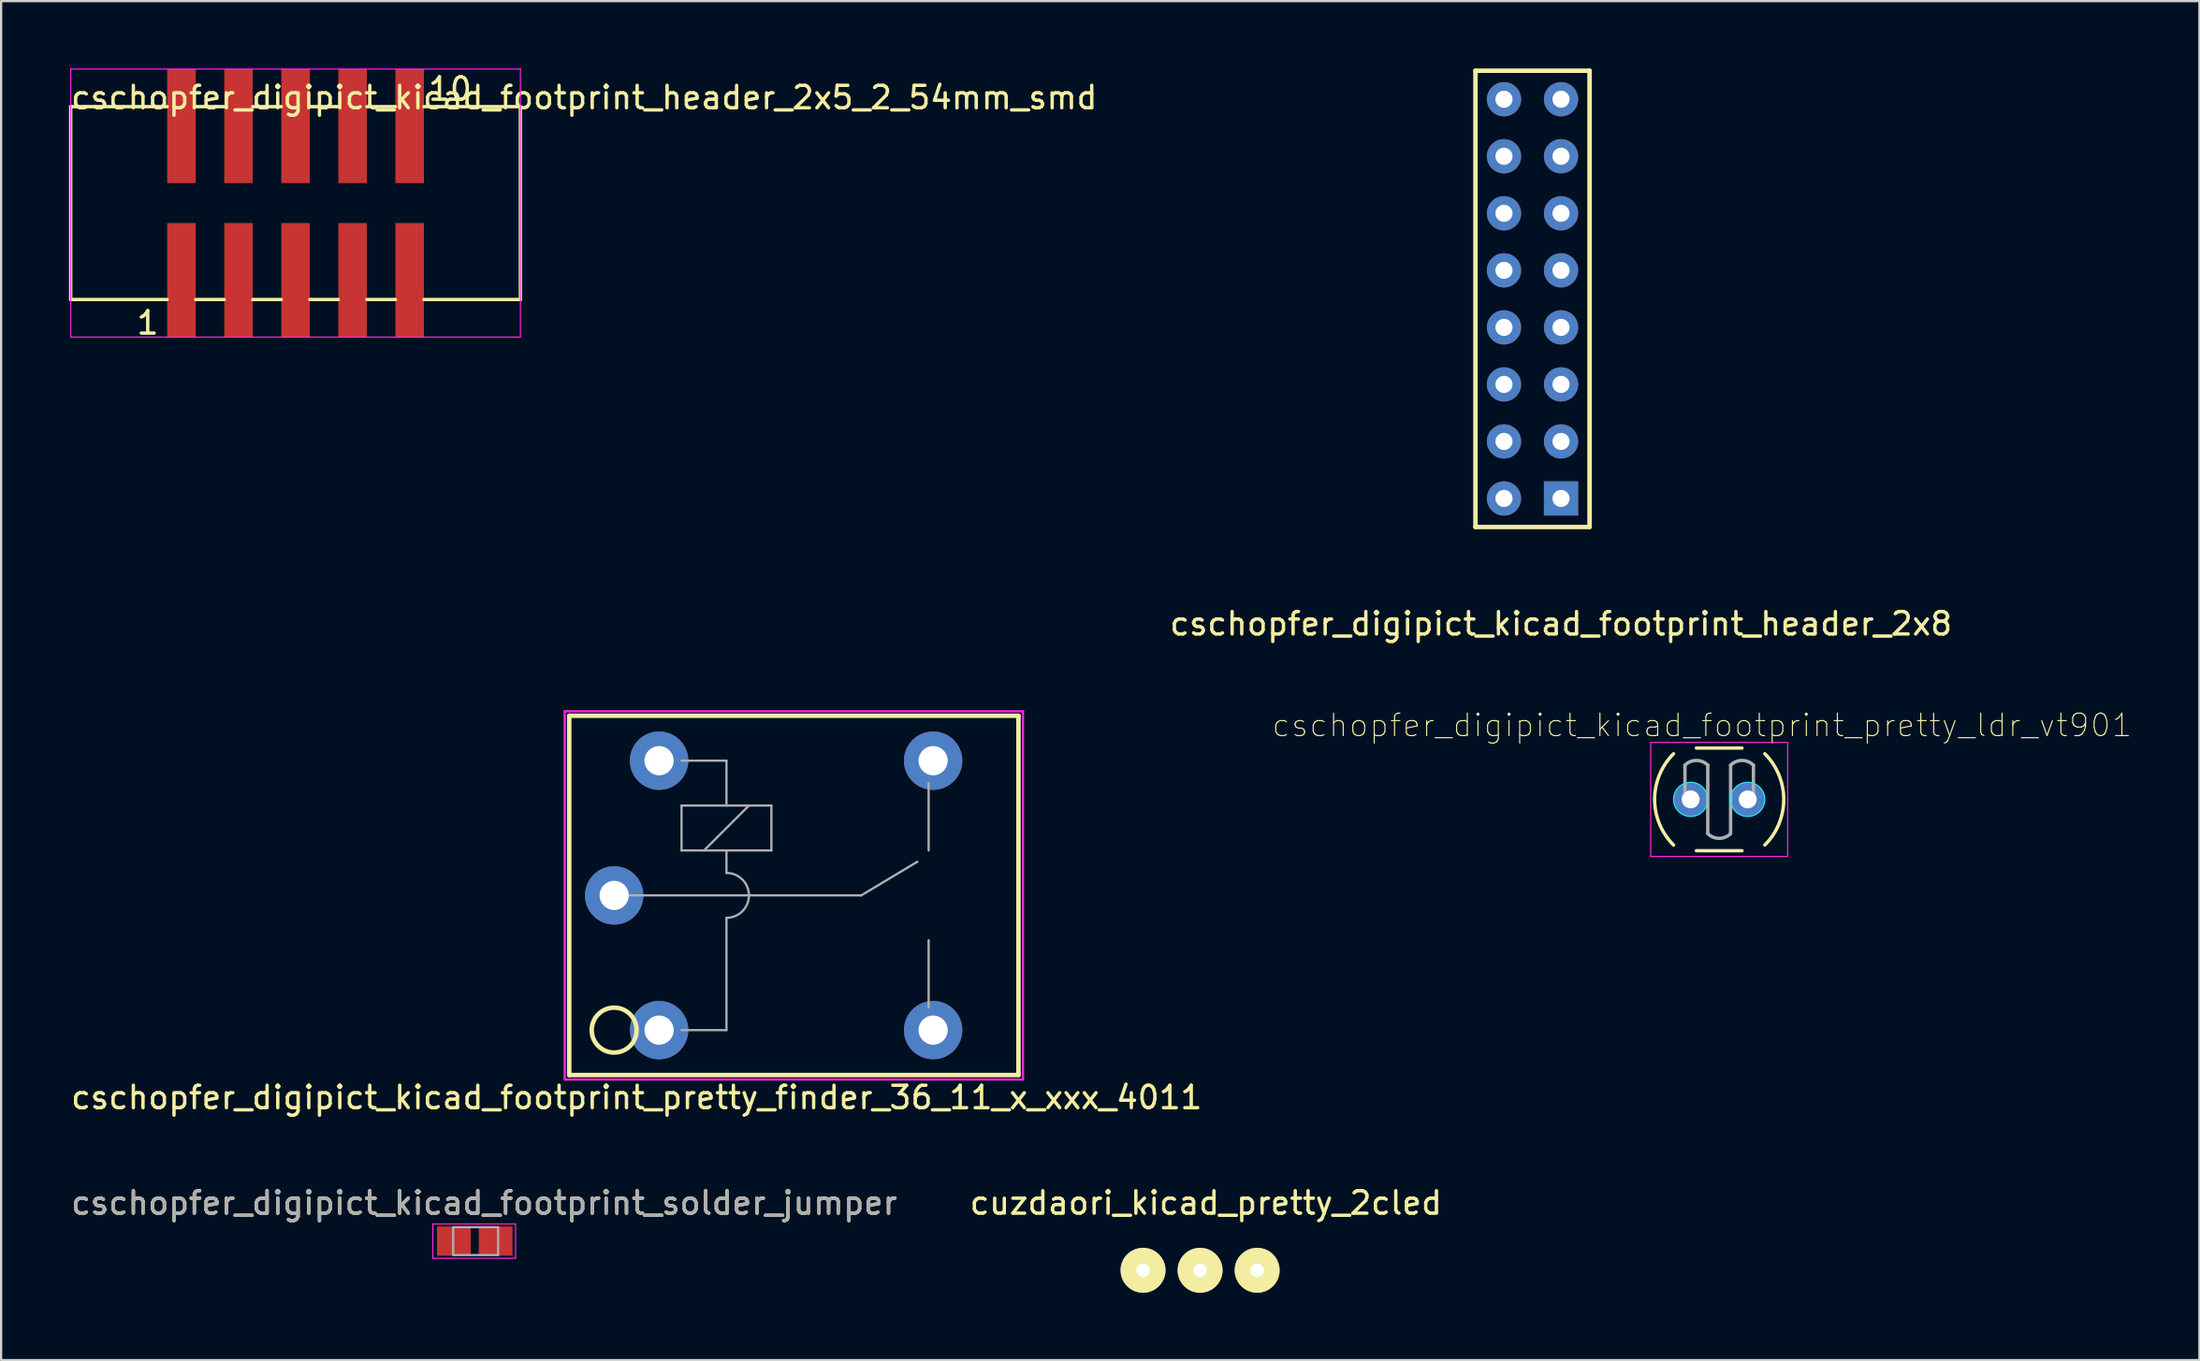
<source format=kicad_pcb>
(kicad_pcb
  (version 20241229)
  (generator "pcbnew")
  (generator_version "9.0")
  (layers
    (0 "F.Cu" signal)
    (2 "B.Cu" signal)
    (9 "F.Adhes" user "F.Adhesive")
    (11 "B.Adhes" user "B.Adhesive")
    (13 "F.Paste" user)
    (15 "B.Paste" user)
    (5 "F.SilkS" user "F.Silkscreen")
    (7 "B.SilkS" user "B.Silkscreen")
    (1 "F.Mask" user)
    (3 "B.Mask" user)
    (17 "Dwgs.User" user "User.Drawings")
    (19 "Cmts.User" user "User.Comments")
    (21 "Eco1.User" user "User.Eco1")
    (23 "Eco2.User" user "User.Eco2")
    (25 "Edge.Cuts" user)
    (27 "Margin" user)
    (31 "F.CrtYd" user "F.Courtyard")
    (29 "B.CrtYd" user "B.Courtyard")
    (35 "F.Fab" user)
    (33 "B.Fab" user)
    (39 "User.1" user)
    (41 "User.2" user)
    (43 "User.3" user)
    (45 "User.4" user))
  (footprint "cuzdaori_kicad_pretty_2cled"
    (layer "F.Cu")
    (at 47.837 53.525)
    (property "Reference" "cuzdaori_kicad_pretty_2cled" (at 2.8 -3 0) (layer "F.SilkS") (effects (font (size 1 1) (thickness 0.15))))
    (attr through_hole)
    (fp_text user "G" (at 5 0.1 0) (layer "F.SilkS") (effects (font (size 1 1) (thickness 0.15))))
    (fp_text user "+" (at 2.5 -0.1 0) (layer "F.SilkS") (effects (font (size 1 1) (thickness 0.15))))
    (fp_text user "R" (at 0 0.1 0) (layer "F.SilkS") (effects (font (size 1 1) (thickness 0.15))))
    (pad "1" thru_hole circle (at 0 0) (size 2 2) (drill 0.6) (layers "*.Cu" "*.Mask" "F.SilkS"))
    (pad "2" thru_hole circle (at 2.54 0) (size 2 2) (drill 0.6) (layers "*.Cu" "*.Mask" "F.SilkS"))
    (pad "3" thru_hole circle (at 5.08 0) (size 2 2) (drill 0.6) (layers "*.Cu" "*.Mask" "F.SilkS")))
  (footprint "cschopfer_digipict_kicad_footprint_header_2x5_2_54mm_smd"
    (layer "F.Cu")
    (at 10.131 5.994)
    (property "Reference" "cschopfer_digipict_kicad_footprint_header_2x5_2_54mm_smd" (at 12.827 -4.699 0) (layer "F.SilkS") (effects (font (size 1 1) (thickness 0.15))))
    (attr through_hole)
    (fp_line (start -10.033 -4.294) (end -5.738 -4.294) (stroke (width 0.15) (type solid)) (layer "F.SilkS"))
    (fp_line (start -10.033 4.296) (end -10.033 -4.294) (stroke (width 0.15) (type solid)) (layer "F.SilkS"))
    (fp_line (start -5.738 4.296) (end -10.033 4.296) (stroke (width 0.15) (type solid)) (layer "F.SilkS"))
    (fp_line (start -4.468 -4.294) (end -3.198 -4.294) (stroke (width 0.15) (type solid)) (layer "F.SilkS"))
    (fp_line (start -3.198 4.296) (end -4.468 4.296) (stroke (width 0.15) (type solid)) (layer "F.SilkS"))
    (fp_line (start -1.928 -4.294) (end -0.658 -4.294) (stroke (width 0.15) (type solid)) (layer "F.SilkS"))
    (fp_line (start -0.658 4.296) (end -1.928 4.296) (stroke (width 0.15) (type solid)) (layer "F.SilkS"))
    (fp_line (start 0.612 -4.294) (end 1.882 -4.294) (stroke (width 0.15) (type solid)) (layer "F.SilkS"))
    (fp_line (start 1.882 4.296) (end 0.612 4.296) (stroke (width 0.15) (type solid)) (layer "F.SilkS"))
    (fp_line (start 3.152 -4.294) (end 4.422 -4.294) (stroke (width 0.15) (type solid)) (layer "F.SilkS"))
    (fp_line (start 4.422 4.296) (end 3.152 4.296) (stroke (width 0.15) (type solid)) (layer "F.SilkS"))
    (fp_line (start 5.692 -4.294) (end 9.987 -4.294) (stroke (width 0.15) (type solid)) (layer "F.SilkS"))
    (fp_line (start 9.987 -4.294) (end 9.987 4.296) (stroke (width 0.15) (type solid)) (layer "F.SilkS"))
    (fp_line (start 9.987 4.296) (end 5.692 4.296) (stroke (width 0.15) (type solid)) (layer "F.SilkS"))
    (fp_line (start -10.033 -5.969) (end 9.987 -5.969) (stroke (width 0.05) (type solid)) (layer "F.CrtYd"))
    (fp_line (start -10.033 5.969) (end -10.033 -5.969) (stroke (width 0.05) (type solid)) (layer "F.CrtYd"))
    (fp_line (start 9.987 -5.969) (end 9.987 5.969) (stroke (width 0.05) (type solid)) (layer "F.CrtYd"))
    (fp_line (start 9.987 5.969) (end -10.033 5.969) (stroke (width 0.05) (type solid)) (layer "F.CrtYd"))
    (fp_text user "10" (at 6.858 -5.08 0) (layer "F.SilkS") (effects (font (size 1 1) (thickness 0.15))))
    (fp_text user "1" (at -6.604 5.334 0) (layer "F.SilkS") (effects (font (size 1 1) (thickness 0.15))))
    (pad "1" smd rect (at -5.103 3.429) (size 1.27 5.08) (layers "F.Cu" "F.Mask" "F.Paste"))
    (pad "2" smd rect (at -5.103 -3.429) (size 1.27 5.08) (layers "F.Cu" "F.Mask" "F.Paste"))
    (pad "3" smd rect (at -2.563 3.429) (size 1.27 5.08) (layers "F.Cu" "F.Mask" "F.Paste"))
    (pad "4" smd rect (at -2.563 -3.429) (size 1.27 5.08) (layers "F.Cu" "F.Mask" "F.Paste"))
    (pad "5" smd rect (at -0.023 3.429) (size 1.27 5.08) (layers "F.Cu" "F.Mask" "F.Paste"))
    (pad "6" smd rect (at -0.023 -3.429) (size 1.27 5.08) (layers "F.Cu" "F.Mask" "F.Paste"))
    (pad "7" smd rect (at 2.517 3.429) (size 1.27 5.08) (layers "F.Cu" "F.Mask" "F.Paste"))
    (pad "8" smd rect (at 2.517 -3.429) (size 1.27 5.08) (layers "F.Cu" "F.Mask" "F.Paste"))
    (pad "9" smd rect (at 5.057 3.429) (size 1.27 5.08) (layers "F.Cu" "F.Mask" "F.Paste"))
    (pad "10" smd rect (at 5.057 -3.429) (size 1.27 5.08) (layers "F.Cu" "F.Mask" "F.Paste")))
  (footprint "cschopfer_digipict_kicad_footprint_pretty_ldr_vt901"
    (layer "F.Cu")
    (at 72.217 32.553)
    (property "Reference" "cschopfer_digipict_kicad_footprint_pretty_ldr_vt901" (at 0.508 -3.302 0) (layer "F.SilkS") (effects (font (size 1 1) (thickness 0.05))))
    (attr through_hole)
    (fp_line (start 0.254 -2.286) (end 2.286 -2.286) (stroke (width 0.15) (type solid)) (layer "F.SilkS"))
    (fp_line (start 0.254 2.286) (end 2.286 2.286) (stroke (width 0.15) (type solid)) (layer "F.SilkS"))
    (fp_arc (start -0.762 2.032) (mid -1.603682 0) (end -0.762 -2.032) (stroke (width 0.15) (type solid)) (layer "F.SilkS"))
    (fp_arc (start 3.302 -2.032) (mid 4.143682 0) (end 3.302 2.032) (stroke (width 0.15) (type solid)) (layer "F.SilkS"))
    (fp_circle (center 0 0) (end 0.762 0) (stroke (width 0.05) (type solid)) (fill no) (layer "B.CrtYd"))
    (fp_circle (center 2.54 0) (end 3.302 0) (stroke (width 0.05) (type solid)) (fill no) (layer "B.CrtYd"))
    (fp_line (start -1.778 -2.54) (end 4.318 -2.54) (stroke (width 0.05) (type solid)) (layer "F.CrtYd"))
    (fp_line (start -1.778 2.54) (end -1.778 -2.54) (stroke (width 0.05) (type solid)) (layer "F.CrtYd"))
    (fp_line (start 4.318 -2.54) (end 4.318 2.54) (stroke (width 0.05) (type solid)) (layer "F.CrtYd"))
    (fp_line (start 4.318 2.54) (end -1.778 2.54) (stroke (width 0.05) (type solid)) (layer "F.CrtYd"))
    (fp_line (start -0.254 -1.524) (end -0.254 0) (stroke (width 0.15) (type solid)) (layer "F.Fab"))
    (fp_line (start 0.762 -1.524) (end 0.762 1.524) (stroke (width 0.15) (type solid)) (layer "F.Fab"))
    (fp_line (start 1.778 1.524) (end 1.778 -1.524) (stroke (width 0.15) (type solid)) (layer "F.Fab"))
    (fp_line (start 2.794 -1.524) (end 2.794 0) (stroke (width 0.15) (type solid)) (layer "F.Fab"))
    (fp_arc (start -0.254 -1.524) (mid 0.254 -1.73442) (end 0.762 -1.524) (stroke (width 0.15) (type solid)) (layer "F.Fab"))
    (fp_arc (start 1.778 -1.524) (mid 2.286 -1.73442) (end 2.794 -1.524) (stroke (width 0.15) (type solid)) (layer "F.Fab"))
    (fp_arc (start 1.778 1.524) (mid 1.27 1.73442) (end 0.762 1.524) (stroke (width 0.15) (type solid)) (layer "F.Fab"))
    (pad "1" thru_hole circle (at 0 0) (size 1.524 1.524) (drill 0.8) (layers "*.Cu" "*.Mask"))
    (pad "2" thru_hole circle (at 2.54 0) (size 1.524 1.524) (drill 0.8) (layers "*.Cu" "*.Mask")))
  (footprint "cschopfer_digipict_kicad_footprint_header_2x8"
    (layer "F.Cu")
    (at 66.446 24.23)
    (property "Reference" "cschopfer_digipict_kicad_footprint_header_2x8" (at 0 0.5 0) (layer "F.SilkS") (effects (font (size 1 1) (thickness 0.15))))
    (attr through_hole)
    (fp_line (start -3.81 -24.13) (end -3.81 -3.81) (stroke (width 0.2) (type solid)) (layer "F.SilkS"))
    (fp_line (start -3.81 -3.81) (end 1.27 -3.81) (stroke (width 0.2) (type solid)) (layer "F.SilkS"))
    (fp_line (start 1.27 -24.13) (end -3.81 -24.13) (stroke (width 0.2) (type solid)) (layer "F.SilkS"))
    (fp_line (start 1.27 -24.13) (end 1.27 -3.81) (stroke (width 0.2) (type solid)) (layer "F.SilkS"))
    (pad "1" thru_hole rect (at 0 -5.08) (size 1.524 1.524) (drill 0.762) (layers "*.Cu" "*.Mask"))
    (pad "2" thru_hole circle (at -2.54 -5.08) (size 1.524 1.524) (drill 0.762) (layers "*.Cu" "*.Mask"))
    (pad "3" thru_hole circle (at 0 -7.62) (size 1.524 1.524) (drill 0.762) (layers "*.Cu" "*.Mask"))
    (pad "4" thru_hole circle (at -2.54 -7.62) (size 1.524 1.524) (drill 0.762) (layers "*.Cu" "*.Mask"))
    (pad "5" thru_hole circle (at 0 -10.16) (size 1.524 1.524) (drill 0.762) (layers "*.Cu" "*.Mask"))
    (pad "6" thru_hole circle (at -2.54 -10.16) (size 1.524 1.524) (drill 0.762) (layers "*.Cu" "*.Mask"))
    (pad "7" thru_hole circle (at 0 -12.7) (size 1.524 1.524) (drill 0.762) (layers "*.Cu" "*.Mask"))
    (pad "8" thru_hole circle (at -2.54 -12.7) (size 1.524 1.524) (drill 0.762) (layers "*.Cu" "*.Mask"))
    (pad "9" thru_hole circle (at 0 -15.24) (size 1.524 1.524) (drill 0.762) (layers "*.Cu" "*.Mask"))
    (pad "10" thru_hole circle (at -2.54 -15.24) (size 1.524 1.524) (drill 0.762) (layers "*.Cu" "*.Mask"))
    (pad "11" thru_hole circle (at 0 -17.78) (size 1.524 1.524) (drill 0.762) (layers "*.Cu" "*.Mask"))
    (pad "12" thru_hole circle (at -2.54 -17.78) (size 1.524 1.524) (drill 0.762) (layers "*.Cu" "*.Mask"))
    (pad "13" thru_hole circle (at 0 -20.32) (size 1.524 1.524) (drill 0.762) (layers "*.Cu" "*.Mask"))
    (pad "14" thru_hole circle (at -2.54 -20.32) (size 1.524 1.524) (drill 0.762) (layers "*.Cu" "*.Mask"))
    (pad "15" thru_hole circle (at 0 -22.86) (size 1.524 1.524) (drill 0.762) (layers "*.Cu" "*.Mask"))
    (pad "16" thru_hole circle (at -2.54 -22.86) (size 1.524 1.524) (drill 0.762) (layers "*.Cu" "*.Mask")))
  (footprint "cschopfer_digipict_kicad_footprint_pretty_finder_36_11_x_xxx_4011"
    (layer "F.Cu")
    (at 26.292 30.828)
    (property "Reference" "cschopfer_digipict_kicad_footprint_pretty_finder_36_11_x_xxx_4011" (at -1 15 0) (layer "F.SilkS") (effects (font (size 1 1) (thickness 0.15))))
    (attr through_hole)
    (fp_line (start -4 -2) (end 16 -2) (stroke (width 0.2) (type solid)) (layer "F.SilkS"))
    (fp_line (start -4 14) (end -4 -2) (stroke (width 0.2) (type solid)) (layer "F.SilkS"))
    (fp_line (start 16 -2) (end 16 14) (stroke (width 0.2) (type solid)) (layer "F.SilkS"))
    (fp_line (start 16 14) (end -4 14) (stroke (width 0.2) (type solid)) (layer "F.SilkS"))
    (fp_circle (center -2 12) (end -1 12) (stroke (width 0.2) (type solid)) (fill no) (layer "F.SilkS"))
    (fp_line (start -4.2 -2.2) (end 16.2 -2.2) (stroke (width 0.1) (type solid)) (layer "F.CrtYd"))
    (fp_line (start -4.2 14.2) (end -4.2 -2.2) (stroke (width 0.1) (type solid)) (layer "F.CrtYd"))
    (fp_line (start 16.2 -2.2) (end 16.2 14.2) (stroke (width 0.1) (type solid)) (layer "F.CrtYd"))
    (fp_line (start 16.2 14.2) (end -4.2 14.2) (stroke (width 0.1) (type solid)) (layer "F.CrtYd"))
    (fp_line (start -2 6) (end 9 6) (stroke (width 0.1) (type solid)) (layer "F.Fab"))
    (fp_line (start 1 2) (end 1 4) (stroke (width 0.1) (type solid)) (layer "F.Fab"))
    (fp_line (start 1 4) (end 5 4) (stroke (width 0.1) (type solid)) (layer "F.Fab"))
    (fp_line (start 3 0) (end 1 0) (stroke (width 0.1) (type solid)) (layer "F.Fab"))
    (fp_line (start 3 0) (end 3 2) (stroke (width 0.1) (type solid)) (layer "F.Fab"))
    (fp_line (start 3 4) (end 3 5) (stroke (width 0.1) (type solid)) (layer "F.Fab"))
    (fp_line (start 3 7) (end 3 12) (stroke (width 0.1) (type solid)) (layer "F.Fab"))
    (fp_line (start 3 12) (end 1 12) (stroke (width 0.1) (type solid)) (layer "F.Fab"))
    (fp_line (start 4 2) (end 2 4) (stroke (width 0.1) (type solid)) (layer "F.Fab"))
    (fp_line (start 5 2) (end 1 2) (stroke (width 0.1) (type solid)) (layer "F.Fab"))
    (fp_line (start 5 4) (end 5 2) (stroke (width 0.1) (type solid)) (layer "F.Fab"))
    (fp_line (start 9 6) (end 11.5 4.5) (stroke (width 0.1) (type solid)) (layer "F.Fab"))
    (fp_line (start 12 1) (end 12 4) (stroke (width 0.1) (type solid)) (layer "F.Fab"))
    (fp_line (start 12 8) (end 12 11) (stroke (width 0.1) (type solid)) (layer "F.Fab"))
    (fp_arc (start 3 5) (mid 3.707107 5.292893) (end 4 6) (stroke (width 0.1) (type solid)) (layer "F.Fab"))
    (fp_arc (start 4 6) (mid 3.707107 6.707107) (end 3 7) (stroke (width 0.1) (type solid)) (layer "F.Fab"))
    (pad "11" thru_hole circle (at -2 6) (size 2.6 2.6) (drill 1.3) (layers "*.Cu" "*.Mask"))
    (pad "12" thru_hole circle (at 12.2 0) (size 2.6 2.6) (drill 1.3) (layers "*.Cu" "*.Mask"))
    (pad "14" thru_hole circle (at 12.2 12) (size 2.6 2.6) (drill 1.3) (layers "*.Cu" "*.Mask"))
    (pad "A1" thru_hole circle (at 0 12) (size 2.6 2.6) (drill 1.3) (layers "*.Cu" "*.Mask"))
    (pad "A2" thru_hole circle (at 0 0) (size 2.6 2.6) (drill 1.3) (layers "*.Cu" "*.Mask")))
  (footprint "cschopfer_digipict_kicad_footprint_solder_jumper"
    (layer "F.Cu")
    (at 18.506 52.225)
    (property "Reference" "cschopfer_digipict_kicad_footprint_solder_jumper" (at 0 -1.7 0) (layer "F.SilkS") (effects (font (size 1 1) (thickness 0.15))))
    (attr smd)
    (fp_line (start -2.286 -0.762) (end 1.397 -0.762) (stroke (width 0.05) (type solid)) (layer "F.CrtYd"))
    (fp_line (start -2.286 0.762) (end -2.286 -0.762) (stroke (width 0.05) (type solid)) (layer "F.CrtYd"))
    (fp_line (start 1.397 -0.762) (end 1.397 0.762) (stroke (width 0.05) (type solid)) (layer "F.CrtYd"))
    (fp_line (start 1.397 0.762) (end -2.286 0.762) (stroke (width 0.05) (type solid)) (layer "F.CrtYd"))
    (fp_line (start -1.381 -0.62) (end 0.619 -0.62) (stroke (width 0.1) (type solid)) (layer "F.Fab"))
    (fp_line (start -1.381 0.62) (end -1.381 -0.62) (stroke (width 0.1) (type solid)) (layer "F.Fab"))
    (fp_line (start 0.619 -0.62) (end 0.619 0.62) (stroke (width 0.1) (type solid)) (layer "F.Fab"))
    (fp_line (start 0.619 0.62) (end -1.381 0.62) (stroke (width 0.1) (type solid)) (layer "F.Fab"))
    (fp_text user "${REFERENCE}" (at 0 -1.7 0) (layer "F.Fab") (effects (font (size 1 1) (thickness 0.15))))
    (pad "1" smd rect (at -1.35 0) (size 1.5 1.3) (layers "F.Cu" "F.Mask" "F.Paste"))
    (pad "2" smd rect (at 0.508 0) (size 1.5 1.3) (layers "F.Cu" "F.Mask" "F.Paste")))
  (gr_rect
    (start -3 -3)
    (end 94.867 57.525)
    (stroke (width 0.1) (type default))
    (fill no)
    (layer "Edge.Cuts")))
</source>
